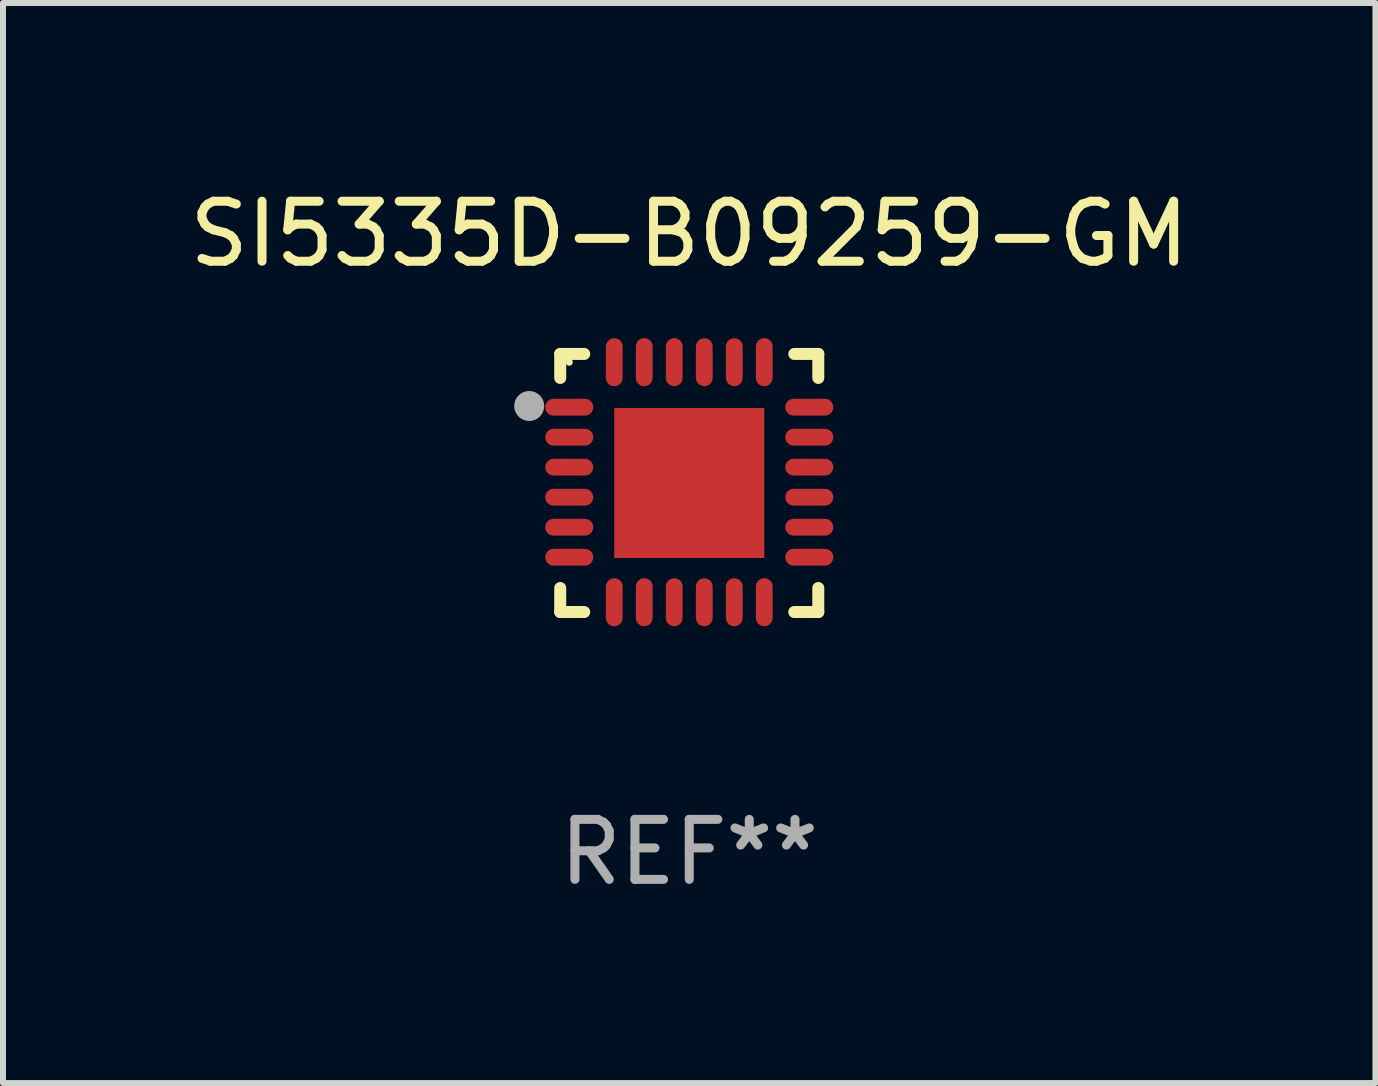
<source format=kicad_pcb>
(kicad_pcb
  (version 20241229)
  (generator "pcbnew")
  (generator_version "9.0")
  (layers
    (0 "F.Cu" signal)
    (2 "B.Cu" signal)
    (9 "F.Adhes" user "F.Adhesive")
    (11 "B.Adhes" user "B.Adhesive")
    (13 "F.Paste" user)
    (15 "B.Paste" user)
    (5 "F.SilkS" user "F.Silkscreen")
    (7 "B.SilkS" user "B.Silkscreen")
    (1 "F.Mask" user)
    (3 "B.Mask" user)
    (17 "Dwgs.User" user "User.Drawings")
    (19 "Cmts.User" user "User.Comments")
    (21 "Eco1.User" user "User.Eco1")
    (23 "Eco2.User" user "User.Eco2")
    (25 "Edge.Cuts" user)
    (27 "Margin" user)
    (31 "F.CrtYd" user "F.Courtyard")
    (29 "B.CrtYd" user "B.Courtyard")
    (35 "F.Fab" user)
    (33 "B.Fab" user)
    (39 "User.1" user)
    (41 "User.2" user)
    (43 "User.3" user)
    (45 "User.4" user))
  (footprint "SI5335D-B09259-GM"
    (layer "F.Cu")
    (at 8.435 4.998)
    (property "Reference" "SI5335D-B09259-GM" (at 0 -4.15 0) (layer "F.SilkS") (effects (font (size 1 1) (thickness 0.15))))
    (attr through_hole)
    (fp_line (start -2.15 -2.15) (end -1.75 -2.15) (stroke (width 0.2) (type solid)) (layer "F.SilkS"))
    (fp_line (start -2.15 -1.75) (end -2.15 -2.15) (stroke (width 0.2) (type solid)) (layer "F.SilkS"))
    (fp_line (start -2.15 2.15) (end -2.15 1.75) (stroke (width 0.2) (type solid)) (layer "F.SilkS"))
    (fp_line (start -1.75 2.15) (end -2.15 2.15) (stroke (width 0.2) (type solid)) (layer "F.SilkS"))
    (fp_line (start 1.75 -2.15) (end 2.15 -2.15) (stroke (width 0.2) (type solid)) (layer "F.SilkS"))
    (fp_line (start 1.75 2.15) (end 2.15 2.15) (stroke (width 0.2) (type solid)) (layer "F.SilkS"))
    (fp_line (start 2.15 -2.15) (end 2.15 -1.75) (stroke (width 0.2) (type solid)) (layer "F.SilkS"))
    (fp_line (start 2.15 2.15) (end 2.15 1.75) (stroke (width 0.2) (type solid)) (layer "F.SilkS"))
    (fp_circle (center -2 -2.013) (end -1.97 -2.013) (stroke (width 0.06) (type solid)) (fill no) (layer "F.SilkS"))
    (fp_circle (center -2.667 -1.283) (end -2.542 -1.283) (stroke (width 0.25) (type solid)) (fill no) (layer "F.Fab"))
    (fp_text user "REF**" (at 0 6.15 0) (layer "F.Fab") (effects (font (size 1 1) (thickness 0.15))))
    (pad "1" smd oval (at -2 -1.263) (size 0.8 0.28) (layers "F.Cu" "F.Mask" "F.Paste"))
    (pad "2" smd oval (at -2 -0.763) (size 0.8 0.28) (layers "F.Cu" "F.Mask" "F.Paste"))
    (pad "3" smd oval (at -2 -0.263) (size 0.8 0.28) (layers "F.Cu" "F.Mask" "F.Paste"))
    (pad "4" smd oval (at -2 0.237) (size 0.8 0.28) (layers "F.Cu" "F.Mask" "F.Paste"))
    (pad "5" smd oval (at -2 0.737) (size 0.8 0.28) (layers "F.Cu" "F.Mask" "F.Paste"))
    (pad "6" smd oval (at -2 1.237) (size 0.8 0.28) (layers "F.Cu" "F.Mask" "F.Paste"))
    (pad "7" smd oval (at -1.25 1.987) (size 0.28 0.8) (layers "F.Cu" "F.Mask" "F.Paste"))
    (pad "8" smd oval (at -0.75 1.987) (size 0.28 0.8) (layers "F.Cu" "F.Mask" "F.Paste"))
    (pad "9" smd oval (at -0.25 1.987) (size 0.28 0.8) (layers "F.Cu" "F.Mask" "F.Paste"))
    (pad "10" smd oval (at 0.25 1.987) (size 0.28 0.8) (layers "F.Cu" "F.Mask" "F.Paste"))
    (pad "11" smd oval (at 0.75 1.987) (size 0.28 0.8) (layers "F.Cu" "F.Mask" "F.Paste"))
    (pad "12" smd oval (at 1.25 1.987) (size 0.28 0.8) (layers "F.Cu" "F.Mask" "F.Paste"))
    (pad "13" smd oval (at 2 1.237) (size 0.8 0.28) (layers "F.Cu" "F.Mask" "F.Paste"))
    (pad "14" smd oval (at 2 0.737) (size 0.8 0.28) (layers "F.Cu" "F.Mask" "F.Paste"))
    (pad "15" smd oval (at 2 0.237) (size 0.8 0.28) (layers "F.Cu" "F.Mask" "F.Paste"))
    (pad "16" smd oval (at 2 -0.263) (size 0.8 0.28) (layers "F.Cu" "F.Mask" "F.Paste"))
    (pad "17" smd oval (at 2 -0.763) (size 0.8 0.28) (layers "F.Cu" "F.Mask" "F.Paste"))
    (pad "18" smd oval (at 2 -1.263) (size 0.8 0.28) (layers "F.Cu" "F.Mask" "F.Paste"))
    (pad "19" smd oval (at 1.25 -2.013) (size 0.28 0.8) (layers "F.Cu" "F.Mask" "F.Paste"))
    (pad "20" smd oval (at 0.75 -2.013) (size 0.28 0.8) (layers "F.Cu" "F.Mask" "F.Paste"))
    (pad "21" smd oval (at 0.25 -2.013) (size 0.28 0.8) (layers "F.Cu" "F.Mask" "F.Paste"))
    (pad "22" smd oval (at -0.25 -2.013) (size 0.28 0.8) (layers "F.Cu" "F.Mask" "F.Paste"))
    (pad "23" smd oval (at -0.75 -2.013) (size 0.28 0.8) (layers "F.Cu" "F.Mask" "F.Paste"))
    (pad "24" smd oval (at -1.25 -2.013) (size 0.28 0.8) (layers "F.Cu" "F.Mask" "F.Paste"))
    (pad "25" smd rect (at -0.000127 -0.00014) (size 2.5 2.5) (layers "F.Cu" "F.Mask" "F.Paste")))
  (gr_rect
    (start -3 -3)
    (end 19.869 14.997)
    (stroke (width 0.1) (type default))
    (fill no)
    (layer "Edge.Cuts")))
</source>
